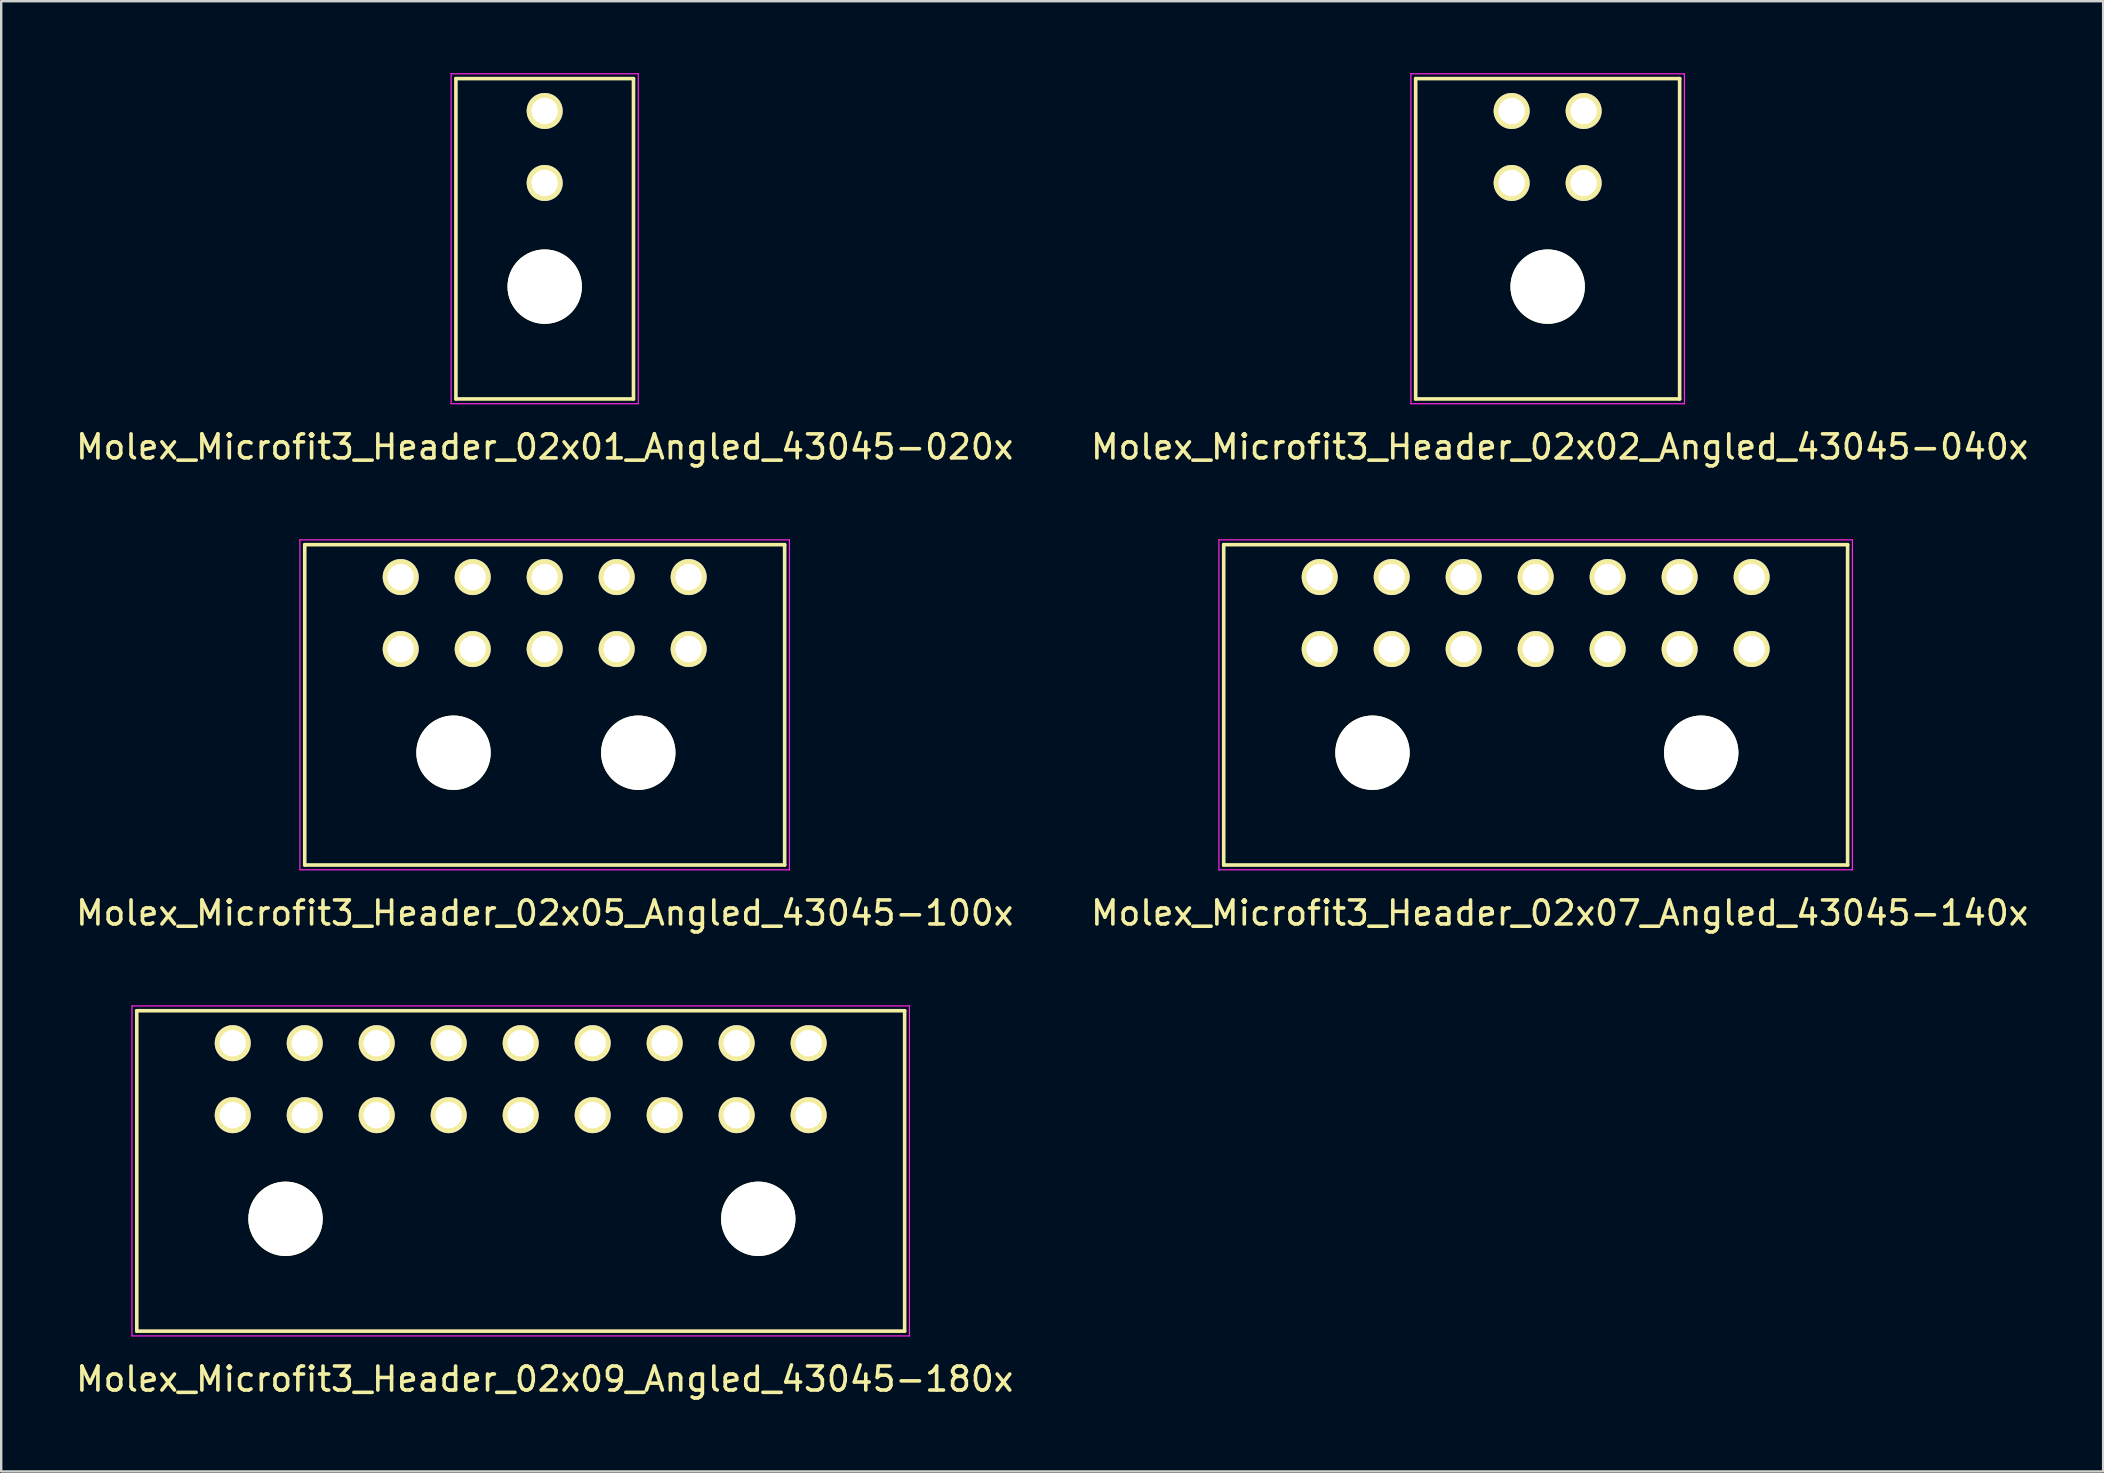
<source format=kicad_pcb>
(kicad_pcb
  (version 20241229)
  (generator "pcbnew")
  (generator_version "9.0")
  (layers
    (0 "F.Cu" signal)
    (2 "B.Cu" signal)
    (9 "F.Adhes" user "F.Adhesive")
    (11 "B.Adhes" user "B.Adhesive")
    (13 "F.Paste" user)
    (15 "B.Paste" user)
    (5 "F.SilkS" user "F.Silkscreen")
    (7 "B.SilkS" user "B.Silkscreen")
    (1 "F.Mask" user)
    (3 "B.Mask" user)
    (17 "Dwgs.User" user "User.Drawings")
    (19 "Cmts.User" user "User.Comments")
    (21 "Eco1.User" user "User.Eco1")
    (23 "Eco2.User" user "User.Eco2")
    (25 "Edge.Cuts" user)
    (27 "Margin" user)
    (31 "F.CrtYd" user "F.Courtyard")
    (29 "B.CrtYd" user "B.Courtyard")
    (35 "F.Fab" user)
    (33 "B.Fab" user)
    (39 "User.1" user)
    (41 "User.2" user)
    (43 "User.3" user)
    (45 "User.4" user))
  (footprint "Molex_Microfit3_Header_02x05_Angled_43045-100x"
    (layer "F.Cu")
    (at 25.649 23.998)
    (property "Reference" "Molex_Microfit3_Header_02x05_Angled_43045-100x" (at -6 11 0) (layer "F.SilkS") (effects (font (size 1 1) (thickness 0.15))))
    (attr through_hole)
    (fp_line (start -16 -4.35) (end 4 -4.35) (stroke (width 0.15) (type solid)) (layer "F.SilkS"))
    (fp_line (start -16 9) (end -16 -4.35) (stroke (width 0.15) (type solid)) (layer "F.SilkS"))
    (fp_line (start 4 -4.35) (end 4 9) (stroke (width 0.15) (type solid)) (layer "F.SilkS"))
    (fp_line (start 4 9) (end -16 9) (stroke (width 0.15) (type solid)) (layer "F.SilkS"))
    (fp_line (start -16.2 -4.55) (end -16.2 9.2) (stroke (width 0.05) (type solid)) (layer "F.CrtYd"))
    (fp_line (start -16.2 9.2) (end 4.2 9.2) (stroke (width 0.05) (type solid)) (layer "F.CrtYd"))
    (fp_line (start 4.2 -4.55) (end -16.2 -4.55) (stroke (width 0.05) (type solid)) (layer "F.CrtYd"))
    (fp_line (start 4.2 9.2) (end 4.2 -4.55) (stroke (width 0.05) (type solid)) (layer "F.CrtYd"))
    (pad "" np_thru_hole circle (at -9.8 4.32) (size 3.1 3.1) (drill 3.1) (layers "*.Cu" "*.Mask" "F.SilkS"))
    (pad "" np_thru_hole circle (at -2.1 4.32) (size 3.1 3.1) (drill 3.1) (layers "*.Cu" "*.Mask" "F.SilkS"))
    (pad "1" thru_hole circle (at 0 0) (size 1.5 1.5) (drill 1.1) (layers "*.Cu" "*.Mask" "F.SilkS"))
    (pad "2" thru_hole circle (at -3 0) (size 1.5 1.5) (drill 1.1) (layers "*.Cu" "*.Mask" "F.SilkS"))
    (pad "3" thru_hole circle (at -6 0) (size 1.5 1.5) (drill 1.1) (layers "*.Cu" "*.Mask" "F.SilkS"))
    (pad "4" thru_hole circle (at -9 0) (size 1.5 1.5) (drill 1.1) (layers "*.Cu" "*.Mask" "F.SilkS"))
    (pad "5" thru_hole circle (at -12 0) (size 1.5 1.5) (drill 1.1) (layers "*.Cu" "*.Mask" "F.SilkS"))
    (pad "6" thru_hole circle (at 0 -3) (size 1.5 1.5) (drill 1.1) (layers "*.Cu" "*.Mask" "F.SilkS"))
    (pad "7" thru_hole circle (at -3 -3) (size 1.5 1.5) (drill 1.1) (layers "*.Cu" "*.Mask" "F.SilkS"))
    (pad "8" thru_hole circle (at -6 -3) (size 1.5 1.5) (drill 1.1) (layers "*.Cu" "*.Mask" "F.SilkS"))
    (pad "9" thru_hole circle (at -9 -3) (size 1.5 1.5) (drill 1.1) (layers "*.Cu" "*.Mask" "F.SilkS"))
    (pad "10" thru_hole circle (at -12 -3) (size 1.5 1.5) (drill 1.1) (layers "*.Cu" "*.Mask" "F.SilkS")))
  (footprint "Molex_Microfit3_Header_02x02_Angled_43045-040x"
    (layer "F.Cu")
    (at 62.946 4.575)
    (property "Reference" "Molex_Microfit3_Header_02x02_Angled_43045-040x" (at -1 11 0) (layer "F.SilkS") (effects (font (size 1 1) (thickness 0.15))))
    (attr through_hole)
    (fp_line (start -7 -4.35) (end 4 -4.35) (stroke (width 0.15) (type solid)) (layer "F.SilkS"))
    (fp_line (start -7 9) (end -7 -4.35) (stroke (width 0.15) (type solid)) (layer "F.SilkS"))
    (fp_line (start 4 -4.35) (end 4 9) (stroke (width 0.15) (type solid)) (layer "F.SilkS"))
    (fp_line (start 4 9) (end -7 9) (stroke (width 0.15) (type solid)) (layer "F.SilkS"))
    (fp_line (start -7.2 -4.55) (end -7.2 9.2) (stroke (width 0.05) (type solid)) (layer "F.CrtYd"))
    (fp_line (start -7.2 9.2) (end 4.2 9.2) (stroke (width 0.05) (type solid)) (layer "F.CrtYd"))
    (fp_line (start 4.2 -4.55) (end -7.2 -4.55) (stroke (width 0.05) (type solid)) (layer "F.CrtYd"))
    (fp_line (start 4.2 9.2) (end 4.2 -4.55) (stroke (width 0.05) (type solid)) (layer "F.CrtYd"))
    (pad "" np_thru_hole circle (at -1.5 4.32) (size 3.1 3.1) (drill 3.1) (layers "*.Cu" "*.Mask" "F.SilkS"))
    (pad "1" thru_hole circle (at 0 0) (size 1.5 1.5) (drill 1.1) (layers "*.Cu" "*.Mask" "F.SilkS"))
    (pad "2" thru_hole circle (at -3 0) (size 1.5 1.5) (drill 1.1) (layers "*.Cu" "*.Mask" "F.SilkS"))
    (pad "3" thru_hole circle (at 0 -3) (size 1.5 1.5) (drill 1.1) (layers "*.Cu" "*.Mask" "F.SilkS"))
    (pad "4" thru_hole circle (at -3 -3) (size 1.5 1.5) (drill 1.1) (layers "*.Cu" "*.Mask" "F.SilkS")))
  (footprint "Molex_Microfit3_Header_02x01_Angled_43045-020x"
    (layer "F.Cu")
    (at 19.649 4.575)
    (property "Reference" "Molex_Microfit3_Header_02x01_Angled_43045-020x" (at 0 11 0) (layer "F.SilkS") (effects (font (size 1 1) (thickness 0.15))))
    (attr through_hole)
    (fp_line (start -3.7 -4.35) (end 3.7 -4.35) (stroke (width 0.15) (type solid)) (layer "F.SilkS"))
    (fp_line (start -3.7 9) (end -3.7 -4.35) (stroke (width 0.15) (type solid)) (layer "F.SilkS"))
    (fp_line (start 3.7 -4.35) (end 3.7 9) (stroke (width 0.15) (type solid)) (layer "F.SilkS"))
    (fp_line (start 3.7 9) (end -3.7 9) (stroke (width 0.15) (type solid)) (layer "F.SilkS"))
    (fp_line (start -3.9 -4.55) (end -3.9 9.2) (stroke (width 0.05) (type solid)) (layer "F.CrtYd"))
    (fp_line (start -3.9 9.2) (end 3.9 9.2) (stroke (width 0.05) (type solid)) (layer "F.CrtYd"))
    (fp_line (start 3.9 -4.55) (end -3.9 -4.55) (stroke (width 0.05) (type solid)) (layer "F.CrtYd"))
    (fp_line (start 3.9 9.2) (end 3.9 -4.55) (stroke (width 0.05) (type solid)) (layer "F.CrtYd"))
    (pad "" np_thru_hole circle (at 0 4.32) (size 3.1 3.1) (drill 3.1) (layers "*.Cu" "*.Mask" "F.SilkS"))
    (pad "1" thru_hole circle (at 0 0) (size 1.5 1.5) (drill 1.1) (layers "*.Cu" "*.Mask" "F.SilkS"))
    (pad "2" thru_hole circle (at 0 -3) (size 1.5 1.5) (drill 1.1) (layers "*.Cu" "*.Mask" "F.SilkS")))
  (footprint "Molex_Microfit3_Header_02x09_Angled_43045-180x"
    (layer "F.Cu")
    (at 30.649 43.422)
    (property "Reference" "Molex_Microfit3_Header_02x09_Angled_43045-180x" (at -11 11 0) (layer "F.SilkS") (effects (font (size 1 1) (thickness 0.15))))
    (attr through_hole)
    (fp_line (start -28 -4.35) (end 4 -4.35) (stroke (width 0.15) (type solid)) (layer "F.SilkS"))
    (fp_line (start -28 9) (end -28 -4.35) (stroke (width 0.15) (type solid)) (layer "F.SilkS"))
    (fp_line (start 4 -4.35) (end 4 9) (stroke (width 0.15) (type solid)) (layer "F.SilkS"))
    (fp_line (start 4 9) (end -28 9) (stroke (width 0.15) (type solid)) (layer "F.SilkS"))
    (fp_line (start -28.2 -4.55) (end -28.2 9.2) (stroke (width 0.05) (type solid)) (layer "F.CrtYd"))
    (fp_line (start -28.2 9.2) (end 4.2 9.2) (stroke (width 0.05) (type solid)) (layer "F.CrtYd"))
    (fp_line (start 4.2 -4.55) (end -28.2 -4.55) (stroke (width 0.05) (type solid)) (layer "F.CrtYd"))
    (fp_line (start 4.2 9.2) (end 4.2 -4.55) (stroke (width 0.05) (type solid)) (layer "F.CrtYd"))
    (pad "" np_thru_hole circle (at -21.8 4.32) (size 3.1 3.1) (drill 3.1) (layers "*.Cu" "*.Mask" "F.SilkS"))
    (pad "" np_thru_hole circle (at -2.1 4.32) (size 3.1 3.1) (drill 3.1) (layers "*.Cu" "*.Mask" "F.SilkS"))
    (pad "1" thru_hole circle (at 0 0) (size 1.5 1.5) (drill 1.1) (layers "*.Cu" "*.Mask" "F.SilkS"))
    (pad "2" thru_hole circle (at -3 0) (size 1.5 1.5) (drill 1.1) (layers "*.Cu" "*.Mask" "F.SilkS"))
    (pad "3" thru_hole circle (at -6 0) (size 1.5 1.5) (drill 1.1) (layers "*.Cu" "*.Mask" "F.SilkS"))
    (pad "4" thru_hole circle (at -9 0) (size 1.5 1.5) (drill 1.1) (layers "*.Cu" "*.Mask" "F.SilkS"))
    (pad "5" thru_hole circle (at -12 0) (size 1.5 1.5) (drill 1.1) (layers "*.Cu" "*.Mask" "F.SilkS"))
    (pad "6" thru_hole circle (at -15 0) (size 1.5 1.5) (drill 1.1) (layers "*.Cu" "*.Mask" "F.SilkS"))
    (pad "7" thru_hole circle (at -18 0) (size 1.5 1.5) (drill 1.1) (layers "*.Cu" "*.Mask" "F.SilkS"))
    (pad "8" thru_hole circle (at -21 0) (size 1.5 1.5) (drill 1.1) (layers "*.Cu" "*.Mask" "F.SilkS"))
    (pad "9" thru_hole circle (at -24 0) (size 1.5 1.5) (drill 1.1) (layers "*.Cu" "*.Mask" "F.SilkS"))
    (pad "10" thru_hole circle (at 0 -3) (size 1.5 1.5) (drill 1.1) (layers "*.Cu" "*.Mask" "F.SilkS"))
    (pad "11" thru_hole circle (at -3 -3) (size 1.5 1.5) (drill 1.1) (layers "*.Cu" "*.Mask" "F.SilkS"))
    (pad "12" thru_hole circle (at -6 -3) (size 1.5 1.5) (drill 1.1) (layers "*.Cu" "*.Mask" "F.SilkS"))
    (pad "13" thru_hole circle (at -9 -3) (size 1.5 1.5) (drill 1.1) (layers "*.Cu" "*.Mask" "F.SilkS"))
    (pad "14" thru_hole circle (at -12 -3) (size 1.5 1.5) (drill 1.1) (layers "*.Cu" "*.Mask" "F.SilkS"))
    (pad "15" thru_hole circle (at -15 -3) (size 1.5 1.5) (drill 1.1) (layers "*.Cu" "*.Mask" "F.SilkS"))
    (pad "16" thru_hole circle (at -18 -3) (size 1.5 1.5) (drill 1.1) (layers "*.Cu" "*.Mask" "F.SilkS"))
    (pad "17" thru_hole circle (at -21 -3) (size 1.5 1.5) (drill 1.1) (layers "*.Cu" "*.Mask" "F.SilkS"))
    (pad "18" thru_hole circle (at -24 -3) (size 1.5 1.5) (drill 1.1) (layers "*.Cu" "*.Mask" "F.SilkS")))
  (footprint "Molex_Microfit3_Header_02x07_Angled_43045-140x"
    (layer "F.Cu")
    (at 69.946 23.998)
    (property "Reference" "Molex_Microfit3_Header_02x07_Angled_43045-140x" (at -8 11 0) (layer "F.SilkS") (effects (font (size 1 1) (thickness 0.15))))
    (attr through_hole)
    (fp_line (start -22 -4.35) (end 4 -4.35) (stroke (width 0.15) (type solid)) (layer "F.SilkS"))
    (fp_line (start -22 9) (end -22 -4.35) (stroke (width 0.15) (type solid)) (layer "F.SilkS"))
    (fp_line (start 4 -4.35) (end 4 9) (stroke (width 0.15) (type solid)) (layer "F.SilkS"))
    (fp_line (start 4 9) (end -22 9) (stroke (width 0.15) (type solid)) (layer "F.SilkS"))
    (fp_line (start -22.2 -4.55) (end -22.2 9.2) (stroke (width 0.05) (type solid)) (layer "F.CrtYd"))
    (fp_line (start -22.2 9.2) (end 4.2 9.2) (stroke (width 0.05) (type solid)) (layer "F.CrtYd"))
    (fp_line (start 4.2 -4.55) (end -22.2 -4.55) (stroke (width 0.05) (type solid)) (layer "F.CrtYd"))
    (fp_line (start 4.2 9.2) (end 4.2 -4.55) (stroke (width 0.05) (type solid)) (layer "F.CrtYd"))
    (pad "" np_thru_hole circle (at -15.8 4.32) (size 3.1 3.1) (drill 3.1) (layers "*.Cu" "*.Mask" "F.SilkS"))
    (pad "" np_thru_hole circle (at -2.1 4.32) (size 3.1 3.1) (drill 3.1) (layers "*.Cu" "*.Mask" "F.SilkS"))
    (pad "1" thru_hole circle (at 0 0) (size 1.5 1.5) (drill 1.1) (layers "*.Cu" "*.Mask" "F.SilkS"))
    (pad "2" thru_hole circle (at -3 0) (size 1.5 1.5) (drill 1.1) (layers "*.Cu" "*.Mask" "F.SilkS"))
    (pad "3" thru_hole circle (at -6 0) (size 1.5 1.5) (drill 1.1) (layers "*.Cu" "*.Mask" "F.SilkS"))
    (pad "4" thru_hole circle (at -9 0) (size 1.5 1.5) (drill 1.1) (layers "*.Cu" "*.Mask" "F.SilkS"))
    (pad "5" thru_hole circle (at -12 0) (size 1.5 1.5) (drill 1.1) (layers "*.Cu" "*.Mask" "F.SilkS"))
    (pad "6" thru_hole circle (at -15 0) (size 1.5 1.5) (drill 1.1) (layers "*.Cu" "*.Mask" "F.SilkS"))
    (pad "7" thru_hole circle (at -18 0) (size 1.5 1.5) (drill 1.1) (layers "*.Cu" "*.Mask" "F.SilkS"))
    (pad "8" thru_hole circle (at 0 -3) (size 1.5 1.5) (drill 1.1) (layers "*.Cu" "*.Mask" "F.SilkS"))
    (pad "9" thru_hole circle (at -3 -3) (size 1.5 1.5) (drill 1.1) (layers "*.Cu" "*.Mask" "F.SilkS"))
    (pad "10" thru_hole circle (at -6 -3) (size 1.5 1.5) (drill 1.1) (layers "*.Cu" "*.Mask" "F.SilkS"))
    (pad "11" thru_hole circle (at -9 -3) (size 1.5 1.5) (drill 1.1) (layers "*.Cu" "*.Mask" "F.SilkS"))
    (pad "12" thru_hole circle (at -12 -3) (size 1.5 1.5) (drill 1.1) (layers "*.Cu" "*.Mask" "F.SilkS"))
    (pad "13" thru_hole circle (at -15 -3) (size 1.5 1.5) (drill 1.1) (layers "*.Cu" "*.Mask" "F.SilkS"))
    (pad "14" thru_hole circle (at -18 -3) (size 1.5 1.5) (drill 1.1) (layers "*.Cu" "*.Mask" "F.SilkS")))
  (gr_rect
    (start -3 -3)
    (end 84.595 58.27)
    (stroke (width 0.1) (type default))
    (fill no)
    (layer "Edge.Cuts")))
</source>
